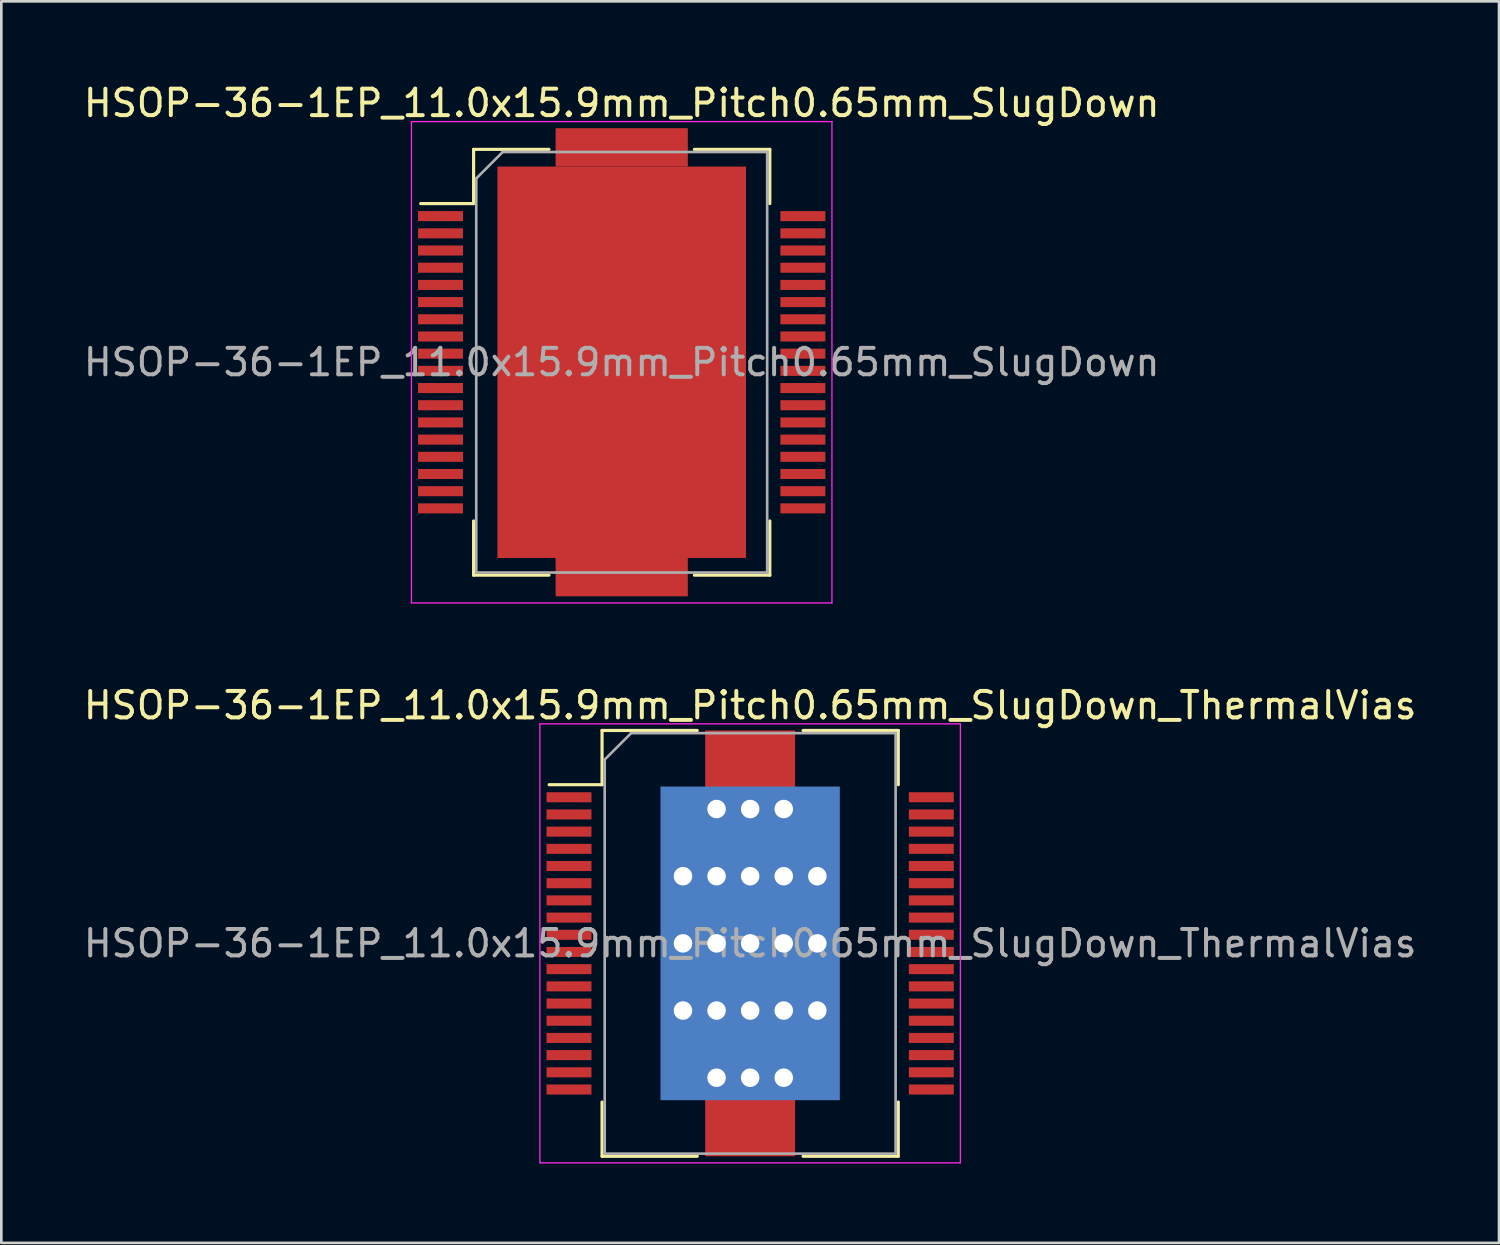
<source format=kicad_pcb>
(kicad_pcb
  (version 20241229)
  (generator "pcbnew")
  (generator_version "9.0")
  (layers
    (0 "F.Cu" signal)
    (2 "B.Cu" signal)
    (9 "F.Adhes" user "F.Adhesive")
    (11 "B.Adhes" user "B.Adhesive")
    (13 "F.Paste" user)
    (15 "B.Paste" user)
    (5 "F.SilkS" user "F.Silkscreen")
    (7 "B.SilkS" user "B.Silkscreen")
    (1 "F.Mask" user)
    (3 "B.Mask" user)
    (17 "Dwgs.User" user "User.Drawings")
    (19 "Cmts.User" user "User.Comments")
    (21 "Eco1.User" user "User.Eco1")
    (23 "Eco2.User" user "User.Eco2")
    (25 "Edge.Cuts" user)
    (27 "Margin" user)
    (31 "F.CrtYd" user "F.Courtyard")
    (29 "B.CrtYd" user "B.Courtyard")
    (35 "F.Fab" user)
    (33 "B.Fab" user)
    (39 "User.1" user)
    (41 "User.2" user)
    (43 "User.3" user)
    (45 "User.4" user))
  (footprint "HSOP-36-1EP_11.0x15.9mm_Pitch0.65mm_SlugDown_ThermalVias"
    (layer "F.Cu")
    (at 25.315 32.621)
    (property "Reference" "HSOP-36-1EP_11.0x15.9mm_Pitch0.65mm_SlugDown_ThermalVias" (at 0 -9 0) (layer "F.SilkS") (effects (font (size 1 1) (thickness 0.15))))
    (attr smd)
    (fp_line (start -5.6 -8.05) (end -5.6 -6) (stroke (width 0.12) (type solid)) (layer "F.SilkS"))
    (fp_line (start -5.6 -6) (end -7.6 -6) (stroke (width 0.12) (type solid)) (layer "F.SilkS"))
    (fp_line (start -5.6 8.05) (end -5.6 6) (stroke (width 0.12) (type solid)) (layer "F.SilkS"))
    (fp_line (start -2 -8.05) (end -5.6 -8.05) (stroke (width 0.12) (type solid)) (layer "F.SilkS"))
    (fp_line (start -2 8.05) (end -5.6 8.05) (stroke (width 0.12) (type solid)) (layer "F.SilkS"))
    (fp_line (start 5.6 -8.05) (end 2 -8.05) (stroke (width 0.12) (type solid)) (layer "F.SilkS"))
    (fp_line (start 5.6 -8.05) (end 5.6 -6) (stroke (width 0.12) (type solid)) (layer "F.SilkS"))
    (fp_line (start 5.6 8.05) (end 2 8.05) (stroke (width 0.12) (type solid)) (layer "F.SilkS"))
    (fp_line (start 5.6 8.05) (end 5.6 6) (stroke (width 0.12) (type solid)) (layer "F.SilkS"))
    (fp_line (start -7.95 -8.3) (end -7.95 8.3) (stroke (width 0.05) (type solid)) (layer "F.CrtYd"))
    (fp_line (start -7.95 -8.3) (end 7.95 -8.3) (stroke (width 0.05) (type solid)) (layer "F.CrtYd"))
    (fp_line (start 7.95 8.3) (end -7.95 8.3) (stroke (width 0.05) (type solid)) (layer "F.CrtYd"))
    (fp_line (start 7.95 8.3) (end 7.95 -8.3) (stroke (width 0.05) (type solid)) (layer "F.CrtYd"))
    (fp_line (start -5.5 -6.95) (end -5.5 7.95) (stroke (width 0.1) (type solid)) (layer "F.Fab"))
    (fp_line (start -5.5 7.95) (end 5.5 7.95) (stroke (width 0.1) (type solid)) (layer "F.Fab"))
    (fp_line (start -4.5 -7.95) (end -5.5 -6.95) (stroke (width 0.1) (type solid)) (layer "F.Fab"))
    (fp_line (start 5.5 -7.95) (end -4.5 -7.95) (stroke (width 0.1) (type solid)) (layer "F.Fab"))
    (fp_line (start 5.5 7.95) (end 5.5 -7.95) (stroke (width 0.1) (type solid)) (layer "F.Fab"))
    (fp_text user "${REFERENCE}" (at 0 0 0) (layer "F.Fab") (effects (font (size 1 1) (thickness 0.15))))
    (pad "1" smd rect (at -6.85 -5.525) (size 1.7 0.38) (layers "F.Cu" "F.Mask" "F.Paste"))
    (pad "2" smd rect (at -6.85 -4.875) (size 1.7 0.38) (layers "F.Cu" "F.Mask" "F.Paste"))
    (pad "3" smd rect (at -6.85 -4.225) (size 1.7 0.38) (layers "F.Cu" "F.Mask" "F.Paste"))
    (pad "4" smd rect (at -6.85 -3.575) (size 1.7 0.38) (layers "F.Cu" "F.Mask" "F.Paste"))
    (pad "5" smd rect (at -6.85 -2.925) (size 1.7 0.38) (layers "F.Cu" "F.Mask" "F.Paste"))
    (pad "6" smd rect (at -6.85 -2.275) (size 1.7 0.38) (layers "F.Cu" "F.Mask" "F.Paste"))
    (pad "7" smd rect (at -6.85 -1.625) (size 1.7 0.38) (layers "F.Cu" "F.Mask" "F.Paste"))
    (pad "8" smd rect (at -6.85 -0.975) (size 1.7 0.38) (layers "F.Cu" "F.Mask" "F.Paste"))
    (pad "9" smd rect (at -6.85 -0.325) (size 1.7 0.38) (layers "F.Cu" "F.Mask" "F.Paste"))
    (pad "10" smd rect (at -6.85 0.325) (size 1.7 0.38) (layers "F.Cu" "F.Mask" "F.Paste"))
    (pad "11" smd rect (at -6.85 0.975) (size 1.7 0.38) (layers "F.Cu" "F.Mask" "F.Paste"))
    (pad "12" smd rect (at -6.85 1.625) (size 1.7 0.38) (layers "F.Cu" "F.Mask" "F.Paste"))
    (pad "13" smd rect (at -6.85 2.275) (size 1.7 0.38) (layers "F.Cu" "F.Mask" "F.Paste"))
    (pad "14" smd rect (at -6.85 2.925) (size 1.7 0.38) (layers "F.Cu" "F.Mask" "F.Paste"))
    (pad "15" smd rect (at -6.85 3.575) (size 1.7 0.38) (layers "F.Cu" "F.Mask" "F.Paste"))
    (pad "16" smd rect (at -6.85 4.225) (size 1.7 0.38) (layers "F.Cu" "F.Mask" "F.Paste"))
    (pad "17" smd rect (at -6.85 4.875) (size 1.7 0.38) (layers "F.Cu" "F.Mask" "F.Paste"))
    (pad "18" smd rect (at -6.85 5.525) (size 1.7 0.38) (layers "F.Cu" "F.Mask" "F.Paste"))
    (pad "19" smd rect (at 6.85 5.525) (size 1.7 0.38) (layers "F.Cu" "F.Mask" "F.Paste"))
    (pad "20" smd rect (at 6.85 4.875) (size 1.7 0.38) (layers "F.Cu" "F.Mask" "F.Paste"))
    (pad "21" smd rect (at 6.85 4.225) (size 1.7 0.38) (layers "F.Cu" "F.Mask" "F.Paste"))
    (pad "22" smd rect (at 6.85 3.575) (size 1.7 0.38) (layers "F.Cu" "F.Mask" "F.Paste"))
    (pad "23" smd rect (at 6.85 2.925) (size 1.7 0.38) (layers "F.Cu" "F.Mask" "F.Paste"))
    (pad "24" smd rect (at 6.85 2.275) (size 1.7 0.38) (layers "F.Cu" "F.Mask" "F.Paste"))
    (pad "25" smd rect (at 6.85 1.625) (size 1.7 0.38) (layers "F.Cu" "F.Mask" "F.Paste"))
    (pad "26" smd rect (at 6.85 0.975) (size 1.7 0.38) (layers "F.Cu" "F.Mask" "F.Paste"))
    (pad "27" smd rect (at 6.85 0.325) (size 1.7 0.38) (layers "F.Cu" "F.Mask" "F.Paste"))
    (pad "28" smd rect (at 6.85 -0.325) (size 1.7 0.38) (layers "F.Cu" "F.Mask" "F.Paste"))
    (pad "29" smd rect (at 6.85 -0.975) (size 1.7 0.38) (layers "F.Cu" "F.Mask" "F.Paste"))
    (pad "30" smd rect (at 6.85 -1.625) (size 1.7 0.38) (layers "F.Cu" "F.Mask" "F.Paste"))
    (pad "31" smd rect (at 6.85 -2.275) (size 1.7 0.38) (layers "F.Cu" "F.Mask" "F.Paste"))
    (pad "32" smd rect (at 6.85 -2.925) (size 1.7 0.38) (layers "F.Cu" "F.Mask" "F.Paste"))
    (pad "33" smd rect (at 6.85 -3.575) (size 1.7 0.38) (layers "F.Cu" "F.Mask" "F.Paste"))
    (pad "34" smd rect (at 6.85 -4.225) (size 1.7 0.38) (layers "F.Cu" "F.Mask" "F.Paste"))
    (pad "35" smd rect (at 6.85 -4.875) (size 1.7 0.38) (layers "F.Cu" "F.Mask" "F.Paste"))
    (pad "36" smd rect (at 6.85 -5.525) (size 1.7 0.38) (layers "F.Cu" "F.Mask" "F.Paste"))
    (pad "37" thru_hole circle (at -2.54 -2.54) (size 1 1) (drill 0.7) (layers "*.Cu" "*.Mask"))
    (pad "37" thru_hole circle (at -2.54 0) (size 1 1) (drill 0.7) (layers "*.Cu" "*.Mask"))
    (pad "37" thru_hole circle (at -2.54 2.54) (size 1 1) (drill 0.7) (layers "*.Cu" "*.Mask"))
    (pad "37" thru_hole circle (at -1.27 -5.08) (size 1 1) (drill 0.7) (layers "*.Cu" "*.Mask"))
    (pad "37" thru_hole circle (at -1.27 -2.54) (size 1 1) (drill 0.7) (layers "*.Cu" "*.Mask"))
    (pad "37" thru_hole circle (at -1.27 0) (size 1 1) (drill 0.7) (layers "*.Cu" "*.Mask"))
    (pad "37" thru_hole circle (at -1.27 2.54) (size 1 1) (drill 0.7) (layers "*.Cu" "*.Mask"))
    (pad "37" thru_hole circle (at -1.27 5.08) (size 1 1) (drill 0.7) (layers "*.Cu" "*.Mask"))
    (pad "37" smd rect (at 0 -6.843) (size 3.4 2.415) (layers "F.Cu" "F.Mask" "F.Paste"))
    (pad "37" thru_hole circle (at 0 -5.08) (size 1 1) (drill 0.7) (layers "*.Cu" "*.Mask"))
    (pad "37" thru_hole circle (at 0 -2.54) (size 1 1) (drill 0.7) (layers "*.Cu" "*.Mask"))
    (pad "37" thru_hole circle (at 0 0) (size 1 1) (drill 0.7) (layers "*.Cu" "*.Mask"))
    (pad "37" smd rect (at 0 0) (size 6.4 11.27) (layers "F.Cu" "F.Mask" "F.Paste"))
    (pad "37" smd rect (at 0 0) (size 6.78 11.86) (layers "B.Cu" "B.Mask"))
    (pad "37" thru_hole circle (at 0 2.54) (size 1 1) (drill 0.7) (layers "*.Cu" "*.Mask"))
    (pad "37" thru_hole circle (at 0 5.08) (size 1 1) (drill 0.7) (layers "*.Cu" "*.Mask"))
    (pad "37" smd rect (at 0 6.843) (size 3.4 2.415) (layers "F.Cu" "F.Mask" "F.Paste"))
    (pad "37" thru_hole circle (at 1.27 -5.08) (size 1 1) (drill 0.7) (layers "*.Cu" "*.Mask"))
    (pad "37" thru_hole circle (at 1.27 -2.54) (size 1 1) (drill 0.7) (layers "*.Cu" "*.Mask"))
    (pad "37" thru_hole circle (at 1.27 0) (size 1 1) (drill 0.7) (layers "*.Cu" "*.Mask"))
    (pad "37" thru_hole circle (at 1.27 2.54) (size 1 1) (drill 0.7) (layers "*.Cu" "*.Mask"))
    (pad "37" thru_hole circle (at 1.27 5.08) (size 1 1) (drill 0.7) (layers "*.Cu" "*.Mask"))
    (pad "37" thru_hole circle (at 2.54 -2.54) (size 1 1) (drill 0.7) (layers "*.Cu" "*.Mask"))
    (pad "37" thru_hole circle (at 2.54 0) (size 1 1) (drill 0.7) (layers "*.Cu" "*.Mask"))
    (pad "37" thru_hole circle (at 2.54 2.54) (size 1 1) (drill 0.7) (layers "*.Cu" "*.Mask")))
  (footprint "HSOP-36-1EP_11.0x15.9mm_Pitch0.65mm_SlugDown"
    (layer "F.Cu")
    (at 20.458 10.648)
    (property "Reference" "HSOP-36-1EP_11.0x15.9mm_Pitch0.65mm_SlugDown" (at 0 -9.8 0) (layer "F.SilkS") (effects (font (size 1 1) (thickness 0.15))))
    (attr smd)
    (fp_line (start -5.6 -8.05) (end -5.6 -6) (stroke (width 0.12) (type solid)) (layer "F.SilkS"))
    (fp_line (start -5.6 -6) (end -7.6 -6) (stroke (width 0.12) (type solid)) (layer "F.SilkS"))
    (fp_line (start -5.6 8.05) (end -5.6 6) (stroke (width 0.12) (type solid)) (layer "F.SilkS"))
    (fp_line (start -2.75 -8.05) (end -5.6 -8.05) (stroke (width 0.12) (type solid)) (layer "F.SilkS"))
    (fp_line (start -2.75 8.05) (end -5.6 8.05) (stroke (width 0.12) (type solid)) (layer "F.SilkS"))
    (fp_line (start 5.6 -8.05) (end 2.75 -8.05) (stroke (width 0.12) (type solid)) (layer "F.SilkS"))
    (fp_line (start 5.6 -8.05) (end 5.6 -6) (stroke (width 0.12) (type solid)) (layer "F.SilkS"))
    (fp_line (start 5.6 8.05) (end 2.75 8.05) (stroke (width 0.12) (type solid)) (layer "F.SilkS"))
    (fp_line (start 5.6 8.05) (end 5.6 6) (stroke (width 0.12) (type solid)) (layer "F.SilkS"))
    (fp_line (start -7.95 -9.1) (end -7.95 9.1) (stroke (width 0.05) (type solid)) (layer "F.CrtYd"))
    (fp_line (start -7.95 -9.1) (end 7.95 -9.1) (stroke (width 0.05) (type solid)) (layer "F.CrtYd"))
    (fp_line (start 7.95 9.1) (end -7.95 9.1) (stroke (width 0.05) (type solid)) (layer "F.CrtYd"))
    (fp_line (start 7.95 9.1) (end 7.95 -9.1) (stroke (width 0.05) (type solid)) (layer "F.CrtYd"))
    (fp_line (start -5.5 -6.95) (end -5.5 7.95) (stroke (width 0.1) (type solid)) (layer "F.Fab"))
    (fp_line (start -5.5 7.95) (end 5.5 7.95) (stroke (width 0.1) (type solid)) (layer "F.Fab"))
    (fp_line (start -4.5 -7.95) (end -5.5 -6.95) (stroke (width 0.1) (type solid)) (layer "F.Fab"))
    (fp_line (start 5.5 -7.95) (end -4.5 -7.95) (stroke (width 0.1) (type solid)) (layer "F.Fab"))
    (fp_line (start 5.5 7.95) (end 5.5 -7.95) (stroke (width 0.1) (type solid)) (layer "F.Fab"))
    (fp_text user "${REFERENCE}" (at 0 0 0) (layer "F.Fab") (effects (font (size 1 1) (thickness 0.15))))
    (pad "1" smd rect (at -6.85 -5.525) (size 1.7 0.38) (layers "F.Cu" "F.Mask" "F.Paste"))
    (pad "2" smd rect (at -6.85 -4.875) (size 1.7 0.38) (layers "F.Cu" "F.Mask" "F.Paste"))
    (pad "3" smd rect (at -6.85 -4.225) (size 1.7 0.38) (layers "F.Cu" "F.Mask" "F.Paste"))
    (pad "4" smd rect (at -6.85 -3.575) (size 1.7 0.38) (layers "F.Cu" "F.Mask" "F.Paste"))
    (pad "5" smd rect (at -6.85 -2.925) (size 1.7 0.38) (layers "F.Cu" "F.Mask" "F.Paste"))
    (pad "6" smd rect (at -6.85 -2.275) (size 1.7 0.38) (layers "F.Cu" "F.Mask" "F.Paste"))
    (pad "7" smd rect (at -6.85 -1.625) (size 1.7 0.38) (layers "F.Cu" "F.Mask" "F.Paste"))
    (pad "8" smd rect (at -6.85 -0.975) (size 1.7 0.38) (layers "F.Cu" "F.Mask" "F.Paste"))
    (pad "9" smd rect (at -6.85 -0.325) (size 1.7 0.38) (layers "F.Cu" "F.Mask" "F.Paste"))
    (pad "10" smd rect (at -6.85 0.325) (size 1.7 0.38) (layers "F.Cu" "F.Mask" "F.Paste"))
    (pad "11" smd rect (at -6.85 0.975) (size 1.7 0.38) (layers "F.Cu" "F.Mask" "F.Paste"))
    (pad "12" smd rect (at -6.85 1.625) (size 1.7 0.38) (layers "F.Cu" "F.Mask" "F.Paste"))
    (pad "13" smd rect (at -6.85 2.275) (size 1.7 0.38) (layers "F.Cu" "F.Mask" "F.Paste"))
    (pad "14" smd rect (at -6.85 2.925) (size 1.7 0.38) (layers "F.Cu" "F.Mask" "F.Paste"))
    (pad "15" smd rect (at -6.85 3.575) (size 1.7 0.38) (layers "F.Cu" "F.Mask" "F.Paste"))
    (pad "16" smd rect (at -6.85 4.225) (size 1.7 0.38) (layers "F.Cu" "F.Mask" "F.Paste"))
    (pad "17" smd rect (at -6.85 4.875) (size 1.7 0.38) (layers "F.Cu" "F.Mask" "F.Paste"))
    (pad "18" smd rect (at -6.85 5.525) (size 1.7 0.38) (layers "F.Cu" "F.Mask" "F.Paste"))
    (pad "19" smd rect (at 6.85 5.525) (size 1.7 0.38) (layers "F.Cu" "F.Mask" "F.Paste"))
    (pad "20" smd rect (at 6.85 4.875) (size 1.7 0.38) (layers "F.Cu" "F.Mask" "F.Paste"))
    (pad "21" smd rect (at 6.85 4.225) (size 1.7 0.38) (layers "F.Cu" "F.Mask" "F.Paste"))
    (pad "22" smd rect (at 6.85 3.575) (size 1.7 0.38) (layers "F.Cu" "F.Mask" "F.Paste"))
    (pad "23" smd rect (at 6.85 2.925) (size 1.7 0.38) (layers "F.Cu" "F.Mask" "F.Paste"))
    (pad "24" smd rect (at 6.85 2.275) (size 1.7 0.38) (layers "F.Cu" "F.Mask" "F.Paste"))
    (pad "25" smd rect (at 6.85 1.625) (size 1.7 0.38) (layers "F.Cu" "F.Mask" "F.Paste"))
    (pad "26" smd rect (at 6.85 0.975) (size 1.7 0.38) (layers "F.Cu" "F.Mask" "F.Paste"))
    (pad "27" smd rect (at 6.85 0.325) (size 1.7 0.38) (layers "F.Cu" "F.Mask" "F.Paste"))
    (pad "28" smd rect (at 6.85 -0.325) (size 1.7 0.38) (layers "F.Cu" "F.Mask" "F.Paste"))
    (pad "29" smd rect (at 6.85 -0.975) (size 1.7 0.38) (layers "F.Cu" "F.Mask" "F.Paste"))
    (pad "30" smd rect (at 6.85 -1.625) (size 1.7 0.38) (layers "F.Cu" "F.Mask" "F.Paste"))
    (pad "31" smd rect (at 6.85 -2.275) (size 1.7 0.38) (layers "F.Cu" "F.Mask" "F.Paste"))
    (pad "32" smd rect (at 6.85 -2.925) (size 1.7 0.38) (layers "F.Cu" "F.Mask" "F.Paste"))
    (pad "33" smd rect (at 6.85 -3.575) (size 1.7 0.38) (layers "F.Cu" "F.Mask" "F.Paste"))
    (pad "34" smd rect (at 6.85 -4.225) (size 1.7 0.38) (layers "F.Cu" "F.Mask" "F.Paste"))
    (pad "35" smd rect (at 6.85 -4.875) (size 1.7 0.38) (layers "F.Cu" "F.Mask" "F.Paste"))
    (pad "36" smd rect (at 6.85 -5.525) (size 1.7 0.38) (layers "F.Cu" "F.Mask" "F.Paste"))
    (pad "37" smd rect (at 0 -8.125) (size 5 1.45) (layers "F.Cu" "F.Mask" "F.Paste"))
    (pad "37" smd rect (at 0 0) (size 9.4 14.8) (layers "F.Cu" "F.Mask" "F.Paste"))
    (pad "37" smd rect (at 0 8.125) (size 5 1.45) (layers "F.Cu" "F.Mask" "F.Paste")))
  (gr_rect
    (start -3 -3)
    (end 53.631 43.947)
    (stroke (width 0.1) (type default))
    (fill no)
    (layer "Edge.Cuts")))
</source>
